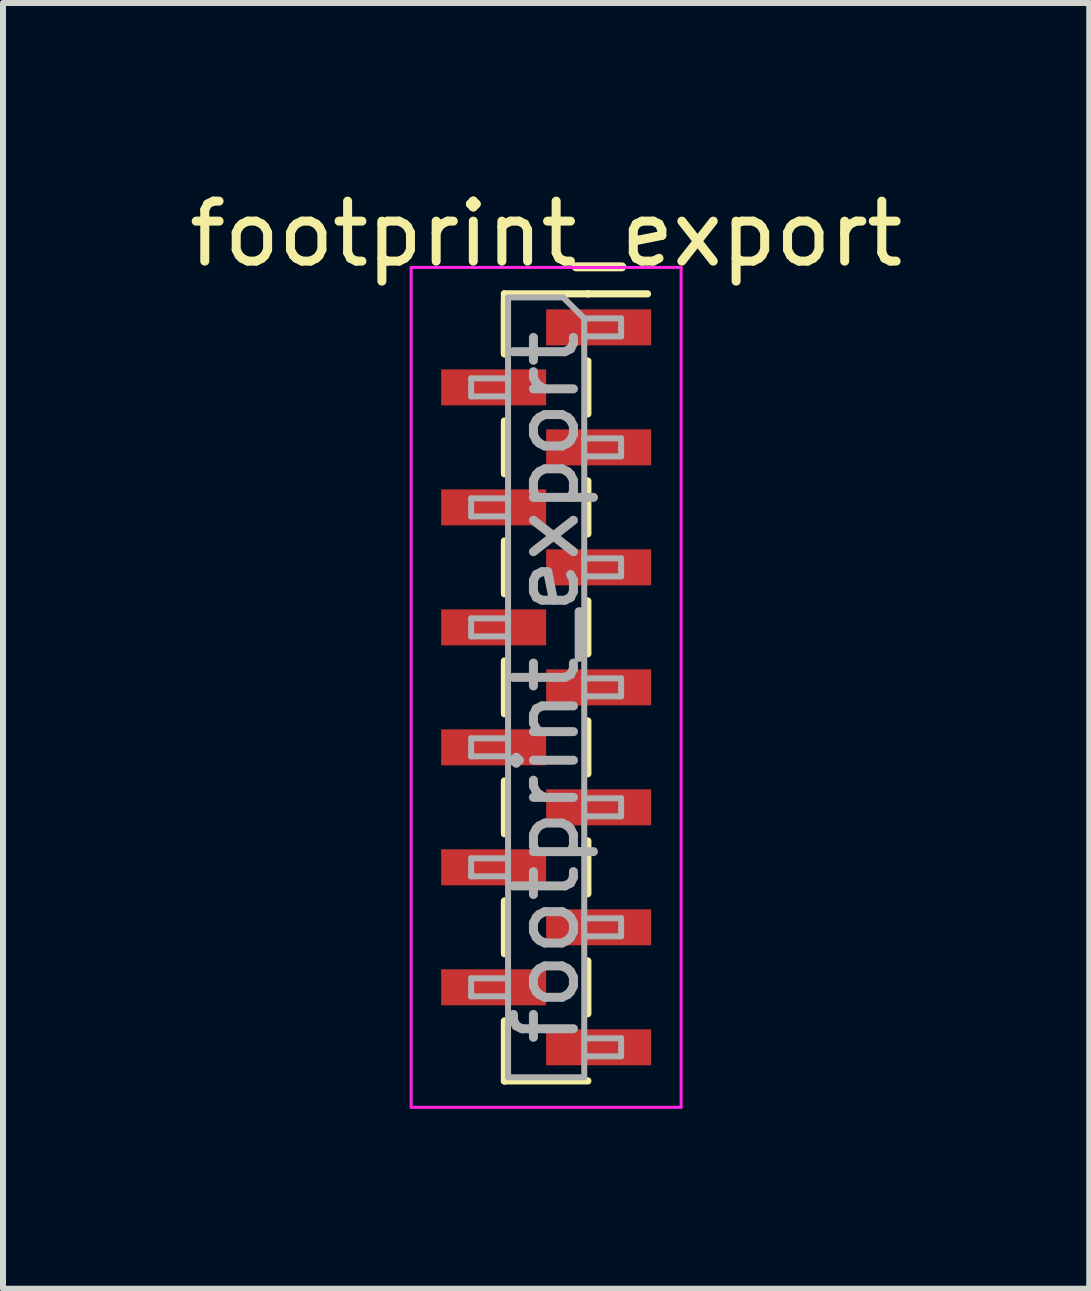
<source format=kicad_pcb>
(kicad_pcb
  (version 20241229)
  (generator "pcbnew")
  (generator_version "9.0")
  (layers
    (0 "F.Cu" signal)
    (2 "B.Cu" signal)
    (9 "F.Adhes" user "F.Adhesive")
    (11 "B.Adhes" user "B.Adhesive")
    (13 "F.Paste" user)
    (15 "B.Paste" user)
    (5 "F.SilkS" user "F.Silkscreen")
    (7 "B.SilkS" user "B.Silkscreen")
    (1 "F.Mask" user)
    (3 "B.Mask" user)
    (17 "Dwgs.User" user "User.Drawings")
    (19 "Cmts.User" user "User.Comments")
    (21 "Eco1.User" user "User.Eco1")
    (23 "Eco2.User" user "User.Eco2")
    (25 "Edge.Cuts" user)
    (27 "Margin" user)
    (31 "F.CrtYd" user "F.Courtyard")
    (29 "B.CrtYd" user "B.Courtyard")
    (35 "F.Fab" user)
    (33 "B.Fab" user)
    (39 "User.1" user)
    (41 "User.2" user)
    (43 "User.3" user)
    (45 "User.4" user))
  (footprint "footprint_export"
    (layer "F.Cu")
    (at 6.054 8.408)
    (property "Reference" "footprint_export" (at 0 -7.56 0) (layer "F.SilkS") (effects (font (size 1 1) (thickness 0.15))))
    (attr smd)
    (fp_line (start -0.695 -6.56) (end -0.695 -5.56) (stroke (width 0.12) (type solid)) (layer "F.SilkS"))
    (fp_line (start -0.695 -6.56) (end 0.695 -6.56) (stroke (width 0.12) (type solid)) (layer "F.SilkS"))
    (fp_line (start -0.695 -6.44) (end -0.695 -5.56) (stroke (width 0.12) (type solid)) (layer "F.SilkS"))
    (fp_line (start -0.695 -4.44) (end -0.695 -3.56) (stroke (width 0.12) (type solid)) (layer "F.SilkS"))
    (fp_line (start -0.695 -2.44) (end -0.695 -1.56) (stroke (width 0.12) (type solid)) (layer "F.SilkS"))
    (fp_line (start -0.695 -0.44) (end -0.695 0.44) (stroke (width 0.12) (type solid)) (layer "F.SilkS"))
    (fp_line (start -0.695 1.56) (end -0.695 2.44) (stroke (width 0.12) (type solid)) (layer "F.SilkS"))
    (fp_line (start -0.695 3.56) (end -0.695 4.44) (stroke (width 0.12) (type solid)) (layer "F.SilkS"))
    (fp_line (start -0.695 5.56) (end -0.695 6.56) (stroke (width 0.12) (type solid)) (layer "F.SilkS"))
    (fp_line (start -0.695 6.56) (end -0.695 6.56) (stroke (width 0.12) (type solid)) (layer "F.SilkS"))
    (fp_line (start -0.695 6.56) (end 0.695 6.56) (stroke (width 0.12) (type solid)) (layer "F.SilkS"))
    (fp_line (start 0.695 -6.56) (end 0.695 -6.56) (stroke (width 0.12) (type solid)) (layer "F.SilkS"))
    (fp_line (start 0.695 -6.56) (end 1.69 -6.56) (stroke (width 0.12) (type solid)) (layer "F.SilkS"))
    (fp_line (start 0.695 -5.44) (end 0.695 -4.56) (stroke (width 0.12) (type solid)) (layer "F.SilkS"))
    (fp_line (start 0.695 -3.44) (end 0.695 -2.56) (stroke (width 0.12) (type solid)) (layer "F.SilkS"))
    (fp_line (start 0.695 -1.44) (end 0.695 -0.56) (stroke (width 0.12) (type solid)) (layer "F.SilkS"))
    (fp_line (start 0.695 0.56) (end 0.695 1.44) (stroke (width 0.12) (type solid)) (layer "F.SilkS"))
    (fp_line (start 0.695 2.56) (end 0.695 3.44) (stroke (width 0.12) (type solid)) (layer "F.SilkS"))
    (fp_line (start 0.695 4.56) (end 0.695 5.44) (stroke (width 0.12) (type solid)) (layer "F.SilkS"))
    (fp_line (start -2.25 -7) (end -2.25 7) (stroke (width 0.05) (type solid)) (layer "F.CrtYd"))
    (fp_line (start -2.25 7) (end 2.25 7) (stroke (width 0.05) (type solid)) (layer "F.CrtYd"))
    (fp_line (start 2.25 -7) (end -2.25 -7) (stroke (width 0.05) (type solid)) (layer "F.CrtYd"))
    (fp_line (start 2.25 7) (end 2.25 -7) (stroke (width 0.05) (type solid)) (layer "F.CrtYd"))
    (fp_line (start -1.25 -5.15) (end -1.25 -4.85) (stroke (width 0.1) (type solid)) (layer "F.Fab"))
    (fp_line (start -1.25 -4.85) (end -0.635 -4.85) (stroke (width 0.1) (type solid)) (layer "F.Fab"))
    (fp_line (start -1.25 -3.15) (end -1.25 -2.85) (stroke (width 0.1) (type solid)) (layer "F.Fab"))
    (fp_line (start -1.25 -2.85) (end -0.635 -2.85) (stroke (width 0.1) (type solid)) (layer "F.Fab"))
    (fp_line (start -1.25 -1.15) (end -1.25 -0.85) (stroke (width 0.1) (type solid)) (layer "F.Fab"))
    (fp_line (start -1.25 -0.85) (end -0.635 -0.85) (stroke (width 0.1) (type solid)) (layer "F.Fab"))
    (fp_line (start -1.25 0.85) (end -1.25 1.15) (stroke (width 0.1) (type solid)) (layer "F.Fab"))
    (fp_line (start -1.25 1.15) (end -0.635 1.15) (stroke (width 0.1) (type solid)) (layer "F.Fab"))
    (fp_line (start -1.25 2.85) (end -1.25 3.15) (stroke (width 0.1) (type solid)) (layer "F.Fab"))
    (fp_line (start -1.25 3.15) (end -0.635 3.15) (stroke (width 0.1) (type solid)) (layer "F.Fab"))
    (fp_line (start -1.25 4.85) (end -1.25 5.15) (stroke (width 0.1) (type solid)) (layer "F.Fab"))
    (fp_line (start -1.25 5.15) (end -0.635 5.15) (stroke (width 0.1) (type solid)) (layer "F.Fab"))
    (fp_line (start -0.635 -6.5) (end -0.635 6.5) (stroke (width 0.1) (type solid)) (layer "F.Fab"))
    (fp_line (start -0.635 -6.5) (end 0.285 -6.5) (stroke (width 0.1) (type solid)) (layer "F.Fab"))
    (fp_line (start -0.635 -5.15) (end -1.25 -5.15) (stroke (width 0.1) (type solid)) (layer "F.Fab"))
    (fp_line (start -0.635 -3.15) (end -1.25 -3.15) (stroke (width 0.1) (type solid)) (layer "F.Fab"))
    (fp_line (start -0.635 -1.15) (end -1.25 -1.15) (stroke (width 0.1) (type solid)) (layer "F.Fab"))
    (fp_line (start -0.635 0.85) (end -1.25 0.85) (stroke (width 0.1) (type solid)) (layer "F.Fab"))
    (fp_line (start -0.635 2.85) (end -1.25 2.85) (stroke (width 0.1) (type solid)) (layer "F.Fab"))
    (fp_line (start -0.635 4.85) (end -1.25 4.85) (stroke (width 0.1) (type solid)) (layer "F.Fab"))
    (fp_line (start 0.635 -6.15) (end 0.285 -6.5) (stroke (width 0.1) (type solid)) (layer "F.Fab"))
    (fp_line (start 0.635 -6.15) (end 1.25 -6.15) (stroke (width 0.1) (type solid)) (layer "F.Fab"))
    (fp_line (start 0.635 -4.15) (end 1.25 -4.15) (stroke (width 0.1) (type solid)) (layer "F.Fab"))
    (fp_line (start 0.635 -2.15) (end 1.25 -2.15) (stroke (width 0.1) (type solid)) (layer "F.Fab"))
    (fp_line (start 0.635 -0.15) (end 1.25 -0.15) (stroke (width 0.1) (type solid)) (layer "F.Fab"))
    (fp_line (start 0.635 1.85) (end 1.25 1.85) (stroke (width 0.1) (type solid)) (layer "F.Fab"))
    (fp_line (start 0.635 3.85) (end 1.25 3.85) (stroke (width 0.1) (type solid)) (layer "F.Fab"))
    (fp_line (start 0.635 5.85) (end 1.25 5.85) (stroke (width 0.1) (type solid)) (layer "F.Fab"))
    (fp_line (start 0.635 6.5) (end -0.635 6.5) (stroke (width 0.1) (type solid)) (layer "F.Fab"))
    (fp_line (start 0.635 6.5) (end 0.635 -6.15) (stroke (width 0.1) (type solid)) (layer "F.Fab"))
    (fp_line (start 1.25 -6.15) (end 1.25 -5.85) (stroke (width 0.1) (type solid)) (layer "F.Fab"))
    (fp_line (start 1.25 -5.85) (end 0.635 -5.85) (stroke (width 0.1) (type solid)) (layer "F.Fab"))
    (fp_line (start 1.25 -4.15) (end 1.25 -3.85) (stroke (width 0.1) (type solid)) (layer "F.Fab"))
    (fp_line (start 1.25 -3.85) (end 0.635 -3.85) (stroke (width 0.1) (type solid)) (layer "F.Fab"))
    (fp_line (start 1.25 -2.15) (end 1.25 -1.85) (stroke (width 0.1) (type solid)) (layer "F.Fab"))
    (fp_line (start 1.25 -1.85) (end 0.635 -1.85) (stroke (width 0.1) (type solid)) (layer "F.Fab"))
    (fp_line (start 1.25 -0.15) (end 1.25 0.15) (stroke (width 0.1) (type solid)) (layer "F.Fab"))
    (fp_line (start 1.25 0.15) (end 0.635 0.15) (stroke (width 0.1) (type solid)) (layer "F.Fab"))
    (fp_line (start 1.25 1.85) (end 1.25 2.15) (stroke (width 0.1) (type solid)) (layer "F.Fab"))
    (fp_line (start 1.25 2.15) (end 0.635 2.15) (stroke (width 0.1) (type solid)) (layer "F.Fab"))
    (fp_line (start 1.25 3.85) (end 1.25 4.15) (stroke (width 0.1) (type solid)) (layer "F.Fab"))
    (fp_line (start 1.25 4.15) (end 0.635 4.15) (stroke (width 0.1) (type solid)) (layer "F.Fab"))
    (fp_line (start 1.25 5.85) (end 1.25 6.15) (stroke (width 0.1) (type solid)) (layer "F.Fab"))
    (fp_line (start 1.25 6.15) (end 0.635 6.15) (stroke (width 0.1) (type solid)) (layer "F.Fab"))
    (fp_text user "${REFERENCE}" (at 0 0 90) (layer "F.Fab") (effects (font (size 1 1) (thickness 0.15))))
    (pad "1" smd rect (at 0.875 -6) (size 1.75 0.6) (layers "F.Cu" "F.Mask" "F.Paste"))
    (pad "2" smd rect (at -0.875 -5) (size 1.75 0.6) (layers "F.Cu" "F.Mask" "F.Paste"))
    (pad "3" smd rect (at 0.875 -4) (size 1.75 0.6) (layers "F.Cu" "F.Mask" "F.Paste"))
    (pad "4" smd rect (at -0.875 -3) (size 1.75 0.6) (layers "F.Cu" "F.Mask" "F.Paste"))
    (pad "5" smd rect (at 0.875 -2) (size 1.75 0.6) (layers "F.Cu" "F.Mask" "F.Paste"))
    (pad "6" smd rect (at -0.875 -1) (size 1.75 0.6) (layers "F.Cu" "F.Mask" "F.Paste"))
    (pad "7" smd rect (at 0.875 0) (size 1.75 0.6) (layers "F.Cu" "F.Mask" "F.Paste"))
    (pad "8" smd rect (at -0.875 1) (size 1.75 0.6) (layers "F.Cu" "F.Mask" "F.Paste"))
    (pad "9" smd rect (at 0.875 2) (size 1.75 0.6) (layers "F.Cu" "F.Mask" "F.Paste"))
    (pad "10" smd rect (at -0.875 3) (size 1.75 0.6) (layers "F.Cu" "F.Mask" "F.Paste"))
    (pad "11" smd rect (at 0.875 4) (size 1.75 0.6) (layers "F.Cu" "F.Mask" "F.Paste"))
    (pad "12" smd rect (at -0.875 5) (size 1.75 0.6) (layers "F.Cu" "F.Mask" "F.Paste"))
    (pad "13" smd rect (at 0.875 6) (size 1.75 0.6) (layers "F.Cu" "F.Mask" "F.Paste")))
  (gr_rect
    (start -3 -3)
    (end 15.107 18.433)
    (stroke (width 0.1) (type default))
    (fill no)
    (layer "Edge.Cuts")))
</source>
